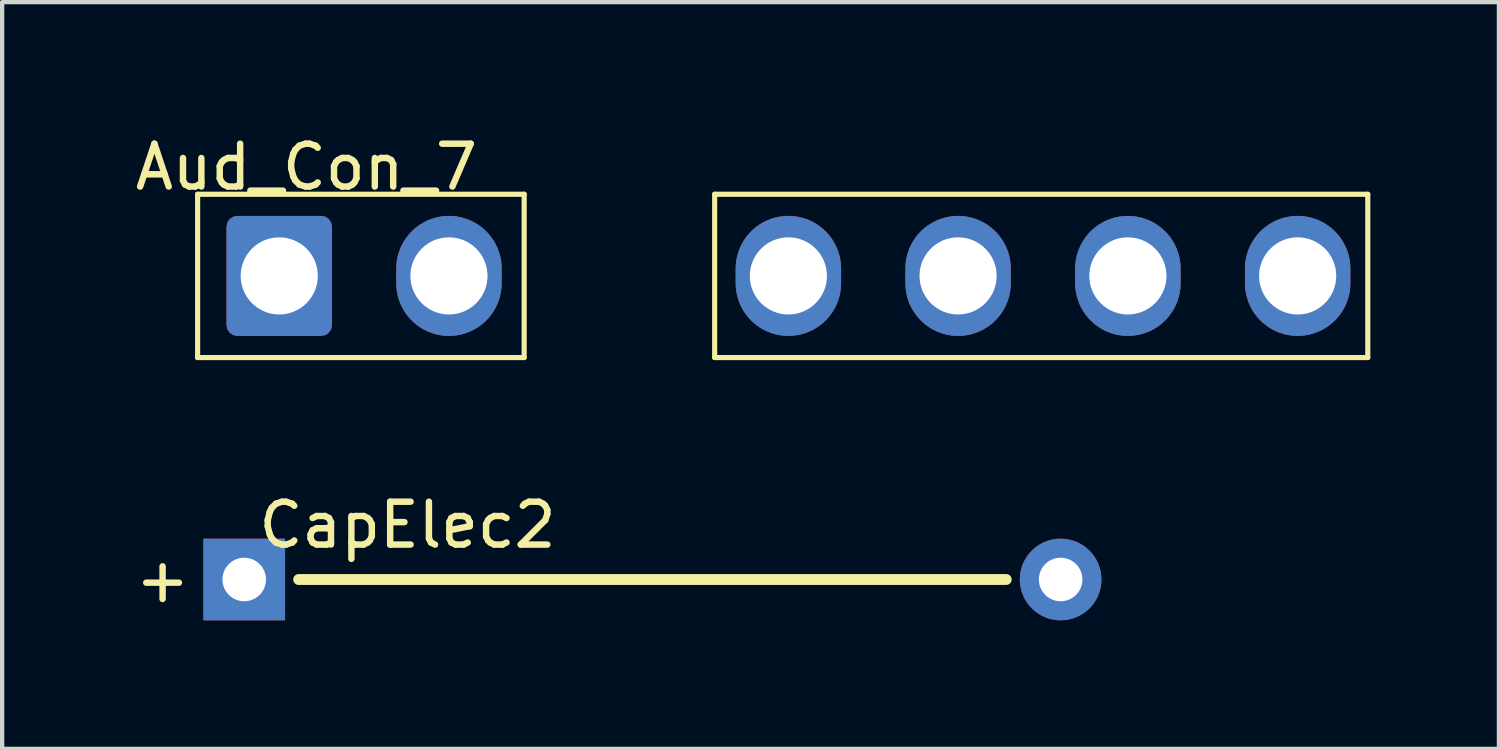
<source format=kicad_pcb>
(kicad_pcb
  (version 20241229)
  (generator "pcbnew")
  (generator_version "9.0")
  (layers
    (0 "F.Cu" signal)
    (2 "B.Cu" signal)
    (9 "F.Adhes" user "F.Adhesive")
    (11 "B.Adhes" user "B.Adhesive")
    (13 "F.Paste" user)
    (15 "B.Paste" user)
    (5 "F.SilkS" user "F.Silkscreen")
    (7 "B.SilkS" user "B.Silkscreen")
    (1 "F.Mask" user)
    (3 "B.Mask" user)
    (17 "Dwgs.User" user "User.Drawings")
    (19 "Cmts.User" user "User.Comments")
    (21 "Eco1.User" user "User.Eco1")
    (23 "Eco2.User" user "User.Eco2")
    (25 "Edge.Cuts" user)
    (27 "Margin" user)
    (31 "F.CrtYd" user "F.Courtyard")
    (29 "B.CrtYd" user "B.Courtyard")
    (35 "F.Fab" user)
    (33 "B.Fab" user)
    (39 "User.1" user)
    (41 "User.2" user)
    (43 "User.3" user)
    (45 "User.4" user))
  (footprint "Aud_Con_7"
    (layer "F.Cu")
    (at 19.341 4.023)
    (property "Reference" "Aud_Con_7" (at -15.24 -3.175 0) (layer "F.SilkS") (effects (font (size 1 1) (thickness 0.15))))
    (attr through_hole)
    (fp_line (start -17.78 -2.54) (end -10.16 -2.54) (stroke (width 0.12) (type solid)) (layer "F.SilkS"))
    (fp_line (start -17.78 1.27) (end -17.78 -2.54) (stroke (width 0.12) (type solid)) (layer "F.SilkS"))
    (fp_line (start -10.16 -2.54) (end -10.16 1.27) (stroke (width 0.12) (type solid)) (layer "F.SilkS"))
    (fp_line (start -10.16 1.27) (end -17.78 1.27) (stroke (width 0.12) (type solid)) (layer "F.SilkS"))
    (fp_line (start -5.715 -2.54) (end -5.715 1.27) (stroke (width 0.12) (type solid)) (layer "F.SilkS"))
    (fp_line (start -5.715 1.27) (end 9.525 1.27) (stroke (width 0.12) (type solid)) (layer "F.SilkS"))
    (fp_line (start 9.525 -2.54) (end -5.715 -2.54) (stroke (width 0.12) (type solid)) (layer "F.SilkS"))
    (fp_line (start 9.525 -2.54) (end 9.525 1.27) (stroke (width 0.12) (type solid)) (layer "F.SilkS"))
    (pad "1" thru_hole roundrect (at -15.875 -0.635) (size 2.46 2.8) (drill 1.8) (layers "*.Cu" "*.Mask") (roundrect_rratio 0.102))
    (pad "2" thru_hole oval (at -11.915 -0.635) (size 2.46 2.8) (drill 1.8) (layers "*.Cu" "*.Mask"))
    (pad "4" thru_hole oval (at -3.995 -0.635) (size 2.46 2.8) (drill 1.8) (layers "*.Cu" "*.Mask"))
    (pad "5" thru_hole oval (at -0.035 -0.635) (size 2.46 2.8) (drill 1.8) (layers "*.Cu" "*.Mask"))
    (pad "6" thru_hole oval (at 3.927 -0.635) (size 2.46 2.8) (drill 1.8) (layers "*.Cu" "*.Mask"))
    (pad "7" thru_hole oval (at 7.889 -0.635) (size 2.46 2.8) (drill 1.8) (layers "*.Cu" "*.Mask")))
  (footprint "CapElec2"
    (layer "F.Cu")
    (at 12.174 10.472)
    (property "Reference" "CapElec2" (at -5.715 -1.27 0) (layer "F.SilkS") (effects (font (size 1 1) (thickness 0.15))))
    (attr through_hole)
    (fp_line (start 8.255 0) (end -8.255 0) (stroke (width 0.254) (type solid)) (layer "F.SilkS"))
    (fp_text user "+" (at -11.43 0 0) (layer "F.SilkS") (effects (font (size 1 1) (thickness 0.15))))
    (pad "1" thru_hole rect (at -9.525 0) (size 1.905 1.905) (drill 1.016) (layers "*.Cu" "*.Mask"))
    (pad "2" thru_hole circle (at 9.525 0) (size 1.905 1.905) (drill 1.016) (layers "*.Cu" "*.Mask")))
  (gr_rect
    (start -3 -3)
    (end 31.926 14.424)
    (stroke (width 0.1) (type default))
    (fill no)
    (layer "Edge.Cuts")))
</source>
